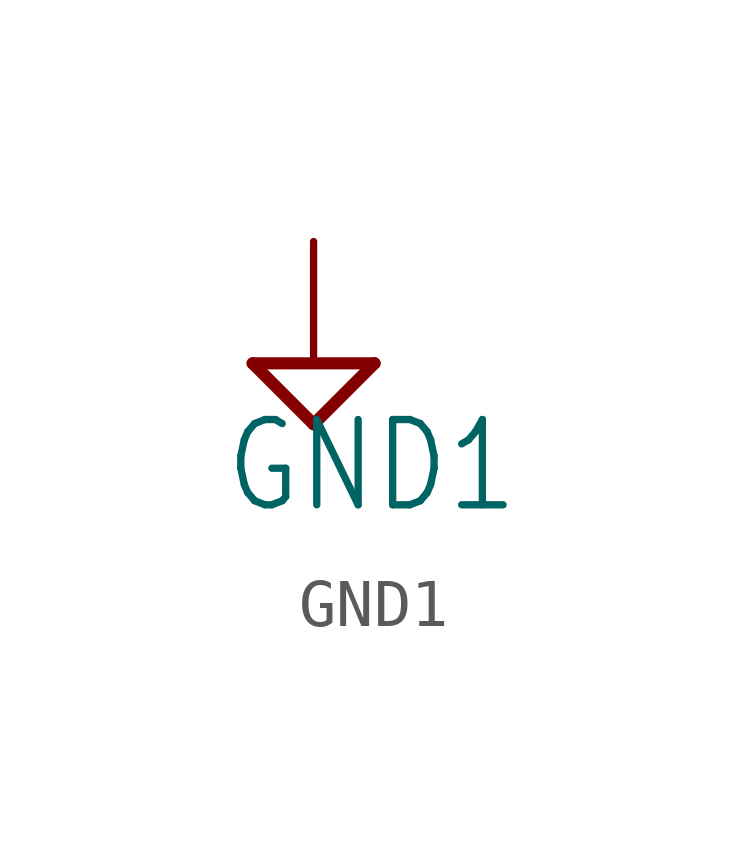
<source format=kicad_sym>
(kicad_symbol_lib
  (version 20211014)
  (generator kicad_symbol_editor)
  (symbol "GND1"
    (power)
    (property "Reference" "#SUPPLY"
      (at 0 0 0)
      (effects (font (size 1.27 1.27)) hide))
    (property "Value" "GND1"
      (at -1.905 -3.175 0)
      (effects (font (size 1.778 1.511)) (justify left bottom)))
    (property "ki_locked" ""
      (at 0 0 0)
      (effects (font (size 1.27 1.27))))
    (symbol "GND1_1_0"
      (polyline (pts (xy -1.27 0) (xy 1.27 0)) (stroke (width 0.254) (type default) (color 0 0 0 0)) (fill (type none)))
      (polyline (pts (xy 0 -1.27) (xy -1.27 0)) (stroke (width 0.254) (type default) (color 0 0 0 0)) (fill (type none)))
      (polyline (pts (xy 1.27 0) (xy 0 -1.27)) (stroke (width 0.254) (type default) (color 0 0 0 0)) (fill (type none)))
      (pin power_in line (at 0 2.54 270) (length 2.54) (name "GND1" (effects (font (size 0 0)))) (number "1" (effects (font (size 0 0))))))))
</source>
